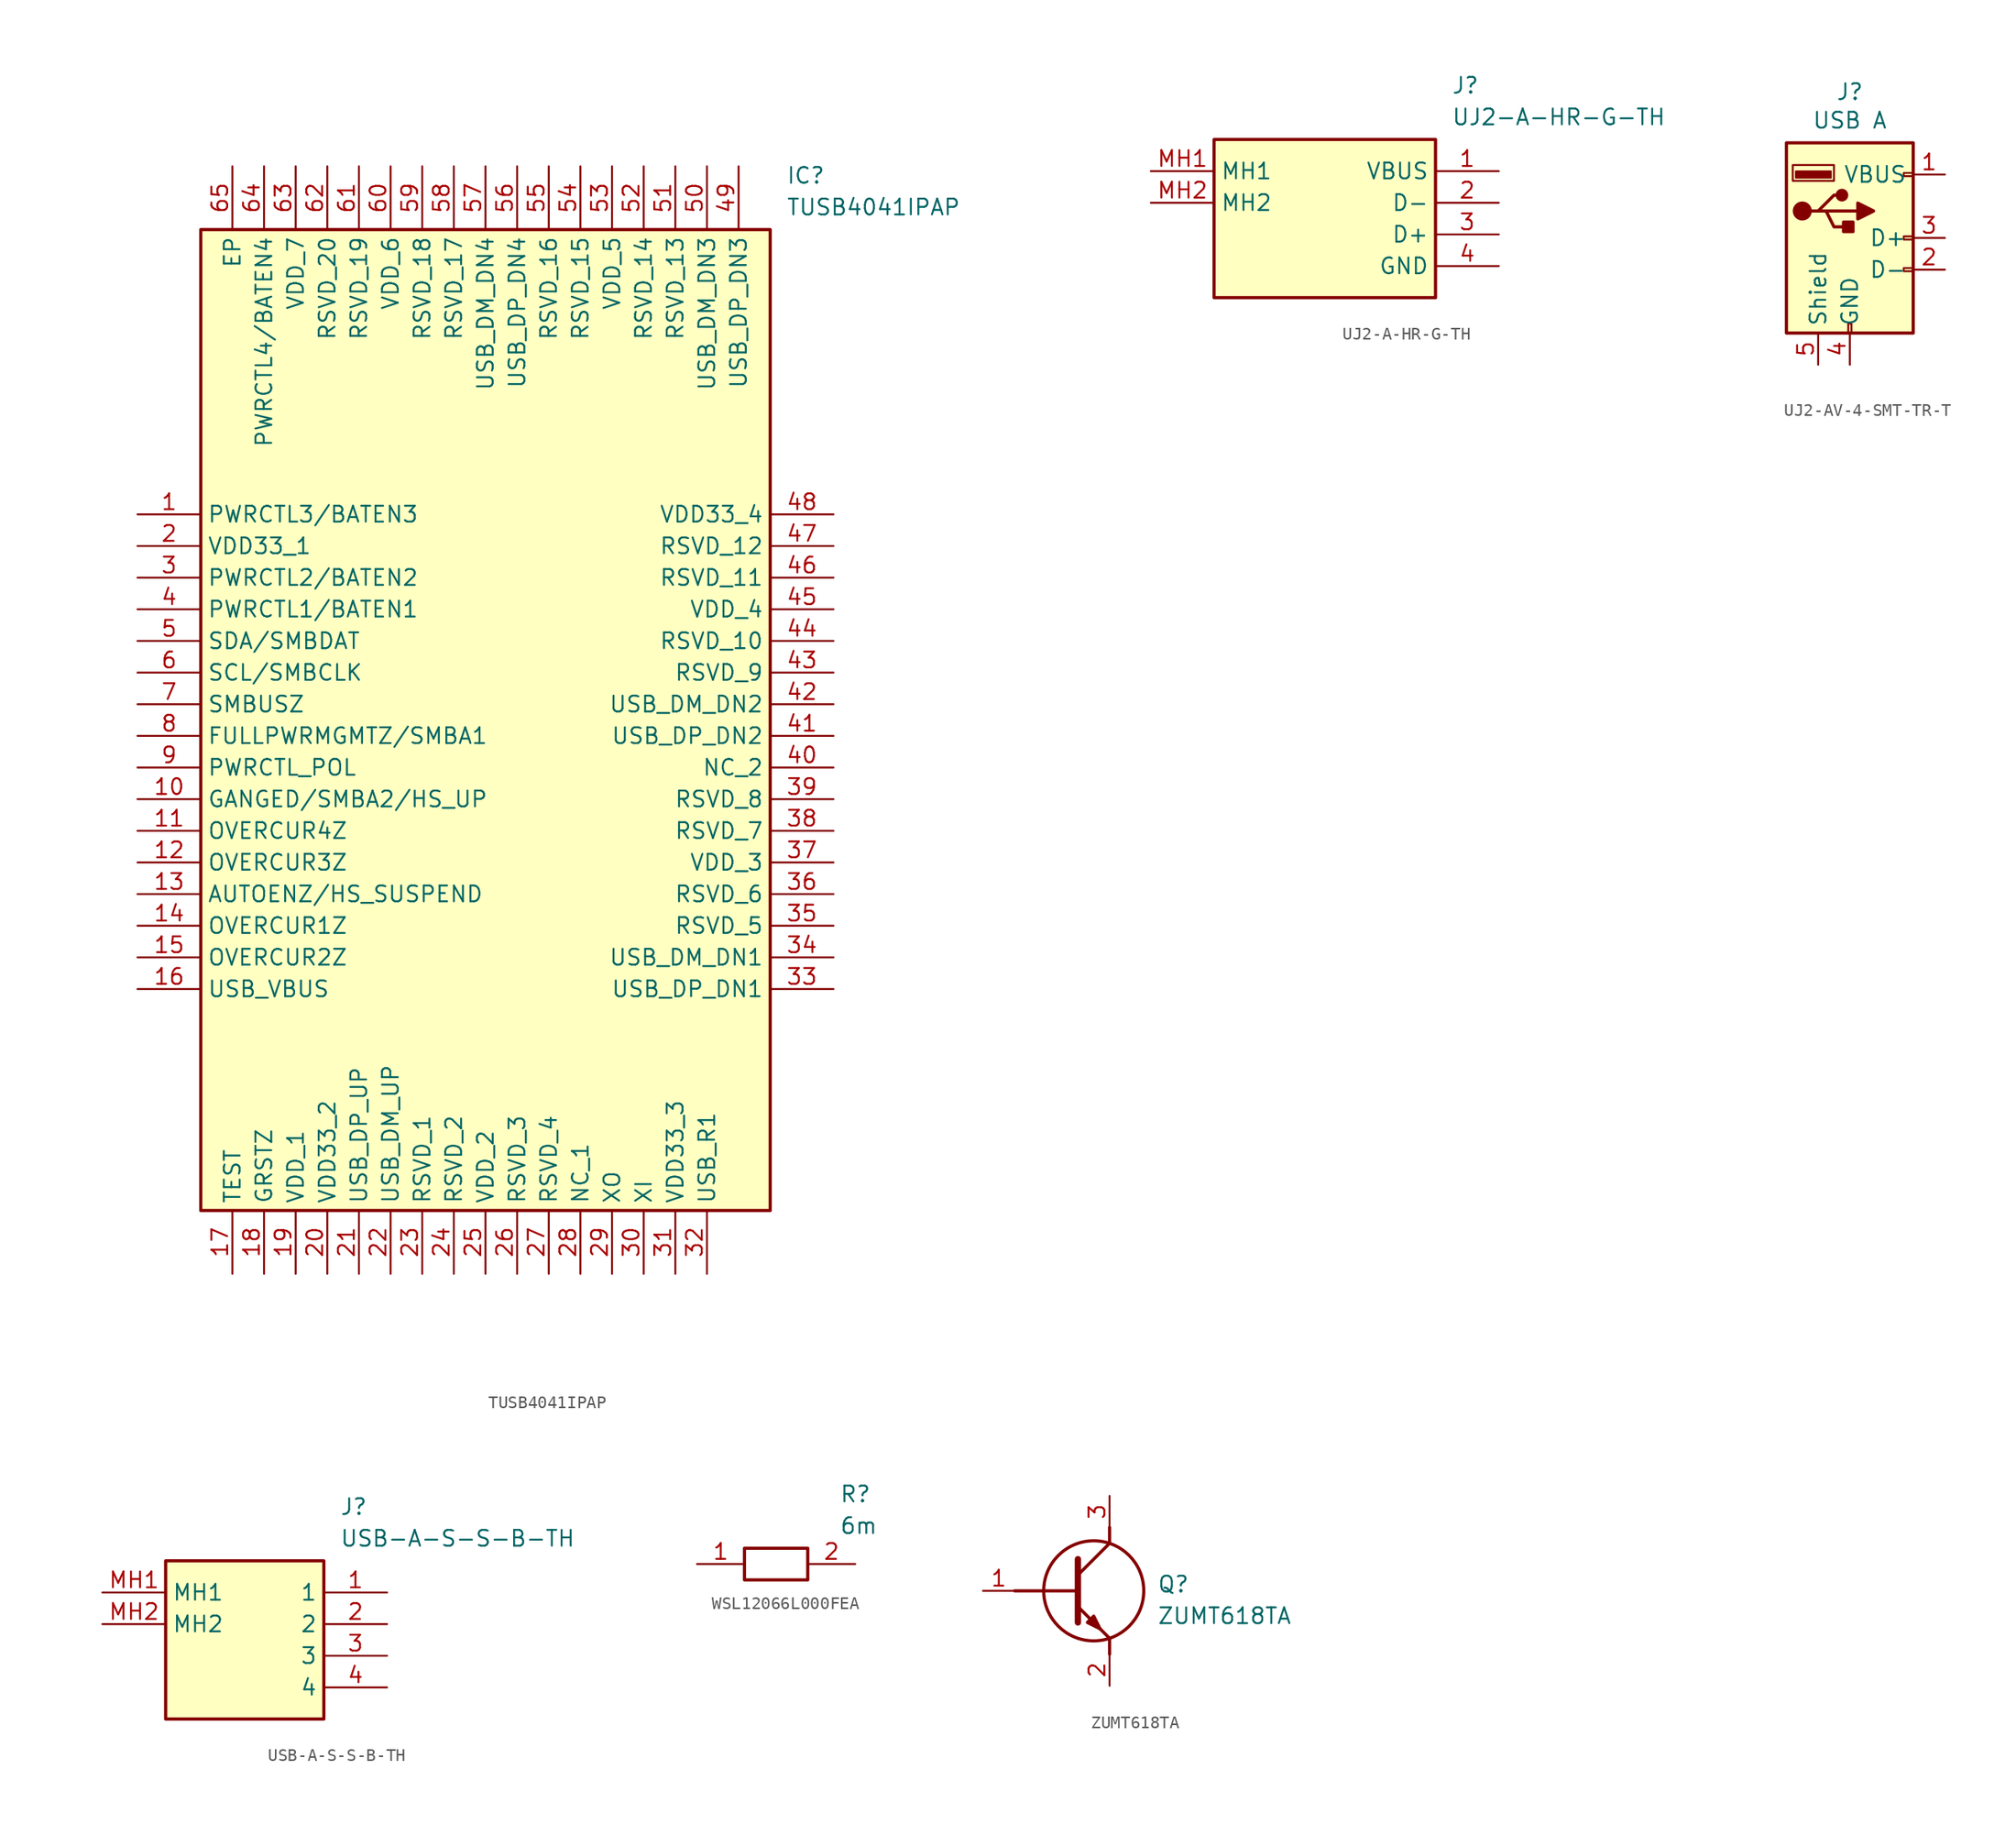
<source format=kicad_sym>
(kicad_symbol_lib
  (version 20231120)
  (generator "kicad_symbol_editor")
  (generator_version "8.0")
  (symbol "TUSB4041IPAP"
    (property "Reference" "IC"
      (at 52.07 27.94 0)
      (effects (font (size 1.27 1.27)) (justify left top)))
    (property "Value" "TUSB4041IPAP"
      (at 52.07 25.4 0)
      (effects (font (size 1.27 1.27)) (justify left top)))
    (symbol "TUSB4041IPAP_1_1"
      (rectangle (start 5.08 22.86) (end 50.8 -55.88) (stroke (width 0.254) (type default)) (fill (type background)))
      (pin passive line (at 0 0 0) (length 5.08) (name "PWRCTL3/BATEN3" (effects (font (size 1.27 1.27)))) (number "1" (effects (font (size 1.27 1.27)))))
      (pin passive line (at 0 -22.86 0) (length 5.08) (name "GANGED/SMBA2/HS_UP" (effects (font (size 1.27 1.27)))) (number "10" (effects (font (size 1.27 1.27)))))
      (pin passive line (at 0 -25.4 0) (length 5.08) (name "OVERCUR4Z" (effects (font (size 1.27 1.27)))) (number "11" (effects (font (size 1.27 1.27)))))
      (pin passive line (at 0 -27.94 0) (length 5.08) (name "OVERCUR3Z" (effects (font (size 1.27 1.27)))) (number "12" (effects (font (size 1.27 1.27)))))
      (pin passive line (at 0 -30.48 0) (length 5.08) (name "AUTOENZ/HS_SUSPEND" (effects (font (size 1.27 1.27)))) (number "13" (effects (font (size 1.27 1.27)))))
      (pin passive line (at 0 -33.02 0) (length 5.08) (name "OVERCUR1Z" (effects (font (size 1.27 1.27)))) (number "14" (effects (font (size 1.27 1.27)))))
      (pin passive line (at 0 -35.56 0) (length 5.08) (name "OVERCUR2Z" (effects (font (size 1.27 1.27)))) (number "15" (effects (font (size 1.27 1.27)))))
      (pin passive line (at 0 -38.1 0) (length 5.08) (name "USB_VBUS" (effects (font (size 1.27 1.27)))) (number "16" (effects (font (size 1.27 1.27)))))
      (pin passive line (at 7.62 -60.96 90) (length 5.08) (name "TEST" (effects (font (size 1.27 1.27)))) (number "17" (effects (font (size 1.27 1.27)))))
      (pin passive line (at 10.16 -60.96 90) (length 5.08) (name "GRSTZ" (effects (font (size 1.27 1.27)))) (number "18" (effects (font (size 1.27 1.27)))))
      (pin passive line (at 12.7 -60.96 90) (length 5.08) (name "VDD_1" (effects (font (size 1.27 1.27)))) (number "19" (effects (font (size 1.27 1.27)))))
      (pin passive line (at 0 -2.54 0) (length 5.08) (name "VDD33_1" (effects (font (size 1.27 1.27)))) (number "2" (effects (font (size 1.27 1.27)))))
      (pin passive line (at 15.24 -60.96 90) (length 5.08) (name "VDD33_2" (effects (font (size 1.27 1.27)))) (number "20" (effects (font (size 1.27 1.27)))))
      (pin passive line (at 17.78 -60.96 90) (length 5.08) (name "USB_DP_UP" (effects (font (size 1.27 1.27)))) (number "21" (effects (font (size 1.27 1.27)))))
      (pin passive line (at 20.32 -60.96 90) (length 5.08) (name "USB_DM_UP" (effects (font (size 1.27 1.27)))) (number "22" (effects (font (size 1.27 1.27)))))
      (pin passive line (at 22.86 -60.96 90) (length 5.08) (name "RSVD_1" (effects (font (size 1.27 1.27)))) (number "23" (effects (font (size 1.27 1.27)))))
      (pin passive line (at 25.4 -60.96 90) (length 5.08) (name "RSVD_2" (effects (font (size 1.27 1.27)))) (number "24" (effects (font (size 1.27 1.27)))))
      (pin passive line (at 27.94 -60.96 90) (length 5.08) (name "VDD_2" (effects (font (size 1.27 1.27)))) (number "25" (effects (font (size 1.27 1.27)))))
      (pin passive line (at 30.48 -60.96 90) (length 5.08) (name "RSVD_3" (effects (font (size 1.27 1.27)))) (number "26" (effects (font (size 1.27 1.27)))))
      (pin passive line (at 33.02 -60.96 90) (length 5.08) (name "RSVD_4" (effects (font (size 1.27 1.27)))) (number "27" (effects (font (size 1.27 1.27)))))
      (pin passive line (at 35.56 -60.96 90) (length 5.08) (name "NC_1" (effects (font (size 1.27 1.27)))) (number "28" (effects (font (size 1.27 1.27)))))
      (pin passive line (at 38.1 -60.96 90) (length 5.08) (name "XO" (effects (font (size 1.27 1.27)))) (number "29" (effects (font (size 1.27 1.27)))))
      (pin passive line (at 0 -5.08 0) (length 5.08) (name "PWRCTL2/BATEN2" (effects (font (size 1.27 1.27)))) (number "3" (effects (font (size 1.27 1.27)))))
      (pin passive line (at 40.64 -60.96 90) (length 5.08) (name "XI" (effects (font (size 1.27 1.27)))) (number "30" (effects (font (size 1.27 1.27)))))
      (pin passive line (at 43.18 -60.96 90) (length 5.08) (name "VDD33_3" (effects (font (size 1.27 1.27)))) (number "31" (effects (font (size 1.27 1.27)))))
      (pin passive line (at 45.72 -60.96 90) (length 5.08) (name "USB_R1" (effects (font (size 1.27 1.27)))) (number "32" (effects (font (size 1.27 1.27)))))
      (pin passive line (at 55.88 -38.1 180) (length 5.08) (name "USB_DP_DN1" (effects (font (size 1.27 1.27)))) (number "33" (effects (font (size 1.27 1.27)))))
      (pin passive line (at 55.88 -35.56 180) (length 5.08) (name "USB_DM_DN1" (effects (font (size 1.27 1.27)))) (number "34" (effects (font (size 1.27 1.27)))))
      (pin passive line (at 55.88 -33.02 180) (length 5.08) (name "RSVD_5" (effects (font (size 1.27 1.27)))) (number "35" (effects (font (size 1.27 1.27)))))
      (pin passive line (at 55.88 -30.48 180) (length 5.08) (name "RSVD_6" (effects (font (size 1.27 1.27)))) (number "36" (effects (font (size 1.27 1.27)))))
      (pin passive line (at 55.88 -27.94 180) (length 5.08) (name "VDD_3" (effects (font (size 1.27 1.27)))) (number "37" (effects (font (size 1.27 1.27)))))
      (pin passive line (at 55.88 -25.4 180) (length 5.08) (name "RSVD_7" (effects (font (size 1.27 1.27)))) (number "38" (effects (font (size 1.27 1.27)))))
      (pin passive line (at 55.88 -22.86 180) (length 5.08) (name "RSVD_8" (effects (font (size 1.27 1.27)))) (number "39" (effects (font (size 1.27 1.27)))))
      (pin passive line (at 0 -7.62 0) (length 5.08) (name "PWRCTL1/BATEN1" (effects (font (size 1.27 1.27)))) (number "4" (effects (font (size 1.27 1.27)))))
      (pin passive line (at 55.88 -20.32 180) (length 5.08) (name "NC_2" (effects (font (size 1.27 1.27)))) (number "40" (effects (font (size 1.27 1.27)))))
      (pin passive line (at 55.88 -17.78 180) (length 5.08) (name "USB_DP_DN2" (effects (font (size 1.27 1.27)))) (number "41" (effects (font (size 1.27 1.27)))))
      (pin passive line (at 55.88 -15.24 180) (length 5.08) (name "USB_DM_DN2" (effects (font (size 1.27 1.27)))) (number "42" (effects (font (size 1.27 1.27)))))
      (pin passive line (at 55.88 -12.7 180) (length 5.08) (name "RSVD_9" (effects (font (size 1.27 1.27)))) (number "43" (effects (font (size 1.27 1.27)))))
      (pin passive line (at 55.88 -10.16 180) (length 5.08) (name "RSVD_10" (effects (font (size 1.27 1.27)))) (number "44" (effects (font (size 1.27 1.27)))))
      (pin passive line (at 55.88 -7.62 180) (length 5.08) (name "VDD_4" (effects (font (size 1.27 1.27)))) (number "45" (effects (font (size 1.27 1.27)))))
      (pin passive line (at 55.88 -5.08 180) (length 5.08) (name "RSVD_11" (effects (font (size 1.27 1.27)))) (number "46" (effects (font (size 1.27 1.27)))))
      (pin passive line (at 55.88 -2.54 180) (length 5.08) (name "RSVD_12" (effects (font (size 1.27 1.27)))) (number "47" (effects (font (size 1.27 1.27)))))
      (pin passive line (at 55.88 0 180) (length 5.08) (name "VDD33_4" (effects (font (size 1.27 1.27)))) (number "48" (effects (font (size 1.27 1.27)))))
      (pin passive line (at 48.26 27.94 270) (length 5.08) (name "USB_DP_DN3" (effects (font (size 1.27 1.27)))) (number "49" (effects (font (size 1.27 1.27)))))
      (pin passive line (at 0 -10.16 0) (length 5.08) (name "SDA/SMBDAT" (effects (font (size 1.27 1.27)))) (number "5" (effects (font (size 1.27 1.27)))))
      (pin passive line (at 45.72 27.94 270) (length 5.08) (name "USB_DM_DN3" (effects (font (size 1.27 1.27)))) (number "50" (effects (font (size 1.27 1.27)))))
      (pin passive line (at 43.18 27.94 270) (length 5.08) (name "RSVD_13" (effects (font (size 1.27 1.27)))) (number "51" (effects (font (size 1.27 1.27)))))
      (pin passive line (at 40.64 27.94 270) (length 5.08) (name "RSVD_14" (effects (font (size 1.27 1.27)))) (number "52" (effects (font (size 1.27 1.27)))))
      (pin passive line (at 38.1 27.94 270) (length 5.08) (name "VDD_5" (effects (font (size 1.27 1.27)))) (number "53" (effects (font (size 1.27 1.27)))))
      (pin passive line (at 35.56 27.94 270) (length 5.08) (name "RSVD_15" (effects (font (size 1.27 1.27)))) (number "54" (effects (font (size 1.27 1.27)))))
      (pin passive line (at 33.02 27.94 270) (length 5.08) (name "RSVD_16" (effects (font (size 1.27 1.27)))) (number "55" (effects (font (size 1.27 1.27)))))
      (pin passive line (at 30.48 27.94 270) (length 5.08) (name "USB_DP_DN4" (effects (font (size 1.27 1.27)))) (number "56" (effects (font (size 1.27 1.27)))))
      (pin passive line (at 27.94 27.94 270) (length 5.08) (name "USB_DM_DN4" (effects (font (size 1.27 1.27)))) (number "57" (effects (font (size 1.27 1.27)))))
      (pin passive line (at 25.4 27.94 270) (length 5.08) (name "RSVD_17" (effects (font (size 1.27 1.27)))) (number "58" (effects (font (size 1.27 1.27)))))
      (pin passive line (at 22.86 27.94 270) (length 5.08) (name "RSVD_18" (effects (font (size 1.27 1.27)))) (number "59" (effects (font (size 1.27 1.27)))))
      (pin passive line (at 0 -12.7 0) (length 5.08) (name "SCL/SMBCLK" (effects (font (size 1.27 1.27)))) (number "6" (effects (font (size 1.27 1.27)))))
      (pin passive line (at 20.32 27.94 270) (length 5.08) (name "VDD_6" (effects (font (size 1.27 1.27)))) (number "60" (effects (font (size 1.27 1.27)))))
      (pin passive line (at 17.78 27.94 270) (length 5.08) (name "RSVD_19" (effects (font (size 1.27 1.27)))) (number "61" (effects (font (size 1.27 1.27)))))
      (pin passive line (at 15.24 27.94 270) (length 5.08) (name "RSVD_20" (effects (font (size 1.27 1.27)))) (number "62" (effects (font (size 1.27 1.27)))))
      (pin passive line (at 12.7 27.94 270) (length 5.08) (name "VDD_7" (effects (font (size 1.27 1.27)))) (number "63" (effects (font (size 1.27 1.27)))))
      (pin passive line (at 10.16 27.94 270) (length 5.08) (name "PWRCTL4/BATEN4" (effects (font (size 1.27 1.27)))) (number "64" (effects (font (size 1.27 1.27)))))
      (pin passive line (at 7.62 27.94 270) (length 5.08) (name "EP" (effects (font (size 1.27 1.27)))) (number "65" (effects (font (size 1.27 1.27)))))
      (pin passive line (at 0 -15.24 0) (length 5.08) (name "SMBUSZ" (effects (font (size 1.27 1.27)))) (number "7" (effects (font (size 1.27 1.27)))))
      (pin passive line (at 0 -17.78 0) (length 5.08) (name "FULLPWRMGMTZ/SMBA1" (effects (font (size 1.27 1.27)))) (number "8" (effects (font (size 1.27 1.27)))))
      (pin passive line (at 0 -20.32 0) (length 5.08) (name "PWRCTL_POL" (effects (font (size 1.27 1.27)))) (number "9" (effects (font (size 1.27 1.27)))))))
  (symbol "UJ2-A-HR-G-TH"
    (property "Reference" "J"
      (at 24.13 7.62 0)
      (effects (font (size 1.27 1.27)) (justify left top)))
    (property "Value" "UJ2-A-HR-G-TH"
      (at 24.13 5.08 0)
      (effects (font (size 1.27 1.27)) (justify left top)))
    (rectangle
      (start 5.08 2.54)
      (end 22.86 -10.16)
      (stroke (width 0.254) (type default))
      (fill (type background)))
    (pin passive line
      (at 27.94 0 180)
      (length 5.08)
      (name "VBUS" (effects (font (size 1.27 1.27))))
      (number "1" (effects (font (size 1.27 1.27)))))
    (pin passive line
      (at 27.94 -2.54 180)
      (length 5.08)
      (name "D-" (effects (font (size 1.27 1.27))))
      (number "2" (effects (font (size 1.27 1.27)))))
    (pin passive line
      (at 27.94 -5.08 180)
      (length 5.08)
      (name "D+" (effects (font (size 1.27 1.27))))
      (number "3" (effects (font (size 1.27 1.27)))))
    (pin passive line
      (at 27.94 -7.62 180)
      (length 5.08)
      (name "GND" (effects (font (size 1.27 1.27))))
      (number "4" (effects (font (size 1.27 1.27)))))
    (pin passive line
      (at 0 0 0)
      (length 5.08)
      (name "MH1" (effects (font (size 1.27 1.27))))
      (number "MH1" (effects (font (size 1.27 1.27)))))
    (pin passive line
      (at 0 -2.54 0)
      (length 5.08)
      (name "MH2" (effects (font (size 1.27 1.27))))
      (number "MH2" (effects (font (size 1.27 1.27))))))
  (symbol "UJ2-AV-4-SMT-TR-T"
    (property "Reference" "J"
      (at 5.08 4.826 0)
      (effects (font (size 1.27 1.27)) (justify top)))
    (property "Value" "USB A"
      (at 5.08 2.54 0)
      (effects (font (size 1.27 1.27)) (justify top)))
    (symbol "UJ2-AV-4-SMT-TR-T_0_1"
      (rectangle (start 0 -15.24) (end 10.16 0) (stroke (width 0.254) (type default)) (fill (type background)))
      (polyline (pts (xy 1.905 -5.461) (xy 2.54 -5.461) (xy 3.81 -4.191) (xy 4.445 -4.191)) (stroke (width 0.254) (type default)) (fill (type none)))
      (polyline (pts (xy 2.54 -5.461) (xy 3.175 -5.461) (xy 3.81 -6.731) (xy 5.08 -6.731)) (stroke (width 0.254) (type default)) (fill (type none)))
      (polyline (pts (xy 5.715 -4.826) (xy 5.715 -6.096) (xy 6.985 -5.461) (xy 5.715 -4.826)) (stroke (width 0.254) (type default)) (fill (type outline)))
      (circle (center 1.27 -5.461) (radius 0.635) (stroke (width 0.254) (type default)) (fill (type outline)))
      (rectangle (start 3.556 -2.794) (end 0.762 -2.286) (stroke (width 0) (type default)) (fill (type outline)))
      (rectangle (start 3.81 -3.048) (end 0.508 -1.778) (stroke (width 0) (type default)) (fill (type none)))
      (circle (center 4.445 -4.191) (radius 0.381) (stroke (width 0.254) (type default)) (fill (type outline)))
      (rectangle (start 4.953 -15.24) (end 5.207 -14.478) (stroke (width 0) (type default)) (fill (type none)))
      (rectangle (start 5.334 -6.35) (end 4.572 -7.112) (stroke (width 0.254) (type default)) (fill (type outline)))
      (rectangle (start 10.16 -10.287) (end 9.398 -10.033) (stroke (width 0) (type default)) (fill (type none)))
      (rectangle (start 10.16 -7.747) (end 9.398 -7.493) (stroke (width 0) (type default)) (fill (type none)))
      (rectangle (start 10.16 -2.667) (end 9.398 -2.413) (stroke (width 0) (type default)) (fill (type none))))
    (symbol "UJ2-AV-4-SMT-TR-T_1_1"
      (polyline (pts (xy 3.175 -5.461) (xy 5.715 -5.461)) (stroke (width 0.254) (type default)) (fill (type none)))
      (pin power_in line (at 12.7 -2.54 180) (length 2.54) (name "VBUS" (effects (font (size 1.27 1.27)))) (number "1" (effects (font (size 1.27 1.27)))))
      (pin bidirectional line (at 12.7 -10.16 180) (length 2.54) (name "D-" (effects (font (size 1.27 1.27)))) (number "2" (effects (font (size 1.27 1.27)))))
      (pin bidirectional line (at 12.7 -7.62 180) (length 2.54) (name "D+" (effects (font (size 1.27 1.27)))) (number "3" (effects (font (size 1.27 1.27)))))
      (pin power_in line (at 5.08 -17.78 90) (length 2.54) (name "GND" (effects (font (size 1.27 1.27)))) (number "4" (effects (font (size 1.27 1.27)))))
      (pin passive line (at 2.54 -17.78 90) (length 2.54) (name "Shield" (effects (font (size 1.27 1.27)))) (number "5" (effects (font (size 1.27 1.27)))))))
  (symbol "USB-A-S-S-B-TH"
    (property "Reference" "J"
      (at 19.05 7.62 0)
      (effects (font (size 1.27 1.27)) (justify left top)))
    (property "Value" "USB-A-S-S-B-TH"
      (at 19.05 5.08 0)
      (effects (font (size 1.27 1.27)) (justify left top)))
    (symbol "USB-A-S-S-B-TH_1_1"
      (rectangle (start 5.08 2.54) (end 17.78 -10.16) (stroke (width 0.254) (type default)) (fill (type background)))
      (pin passive line (at 22.86 0 180) (length 5.08) (name "1" (effects (font (size 1.27 1.27)))) (number "1" (effects (font (size 1.27 1.27)))))
      (pin passive line (at 22.86 -2.54 180) (length 5.08) (name "2" (effects (font (size 1.27 1.27)))) (number "2" (effects (font (size 1.27 1.27)))))
      (pin passive line (at 22.86 -5.08 180) (length 5.08) (name "3" (effects (font (size 1.27 1.27)))) (number "3" (effects (font (size 1.27 1.27)))))
      (pin passive line (at 22.86 -7.62 180) (length 5.08) (name "4" (effects (font (size 1.27 1.27)))) (number "4" (effects (font (size 1.27 1.27)))))
      (pin passive line (at 0 0 0) (length 5.08) (name "MH1" (effects (font (size 1.27 1.27)))) (number "MH1" (effects (font (size 1.27 1.27)))))
      (pin passive line (at 0 -2.54 0) (length 5.08) (name "MH2" (effects (font (size 1.27 1.27)))) (number "MH2" (effects (font (size 1.27 1.27)))))))
  (symbol "WSL12066L000FEA"
    (pin_names hide)
    (property "Reference" "R"
      (at 13.97 6.35 0)
      (effects (font (size 1.27 1.27)) (justify left top)))
    (property "Value" "6m"
      (at 13.97 3.81 0)
      (effects (font (size 1.27 1.27)) (justify left top)))
    (symbol "WSL12066L000FEA_1_1"
      (rectangle (start 6.35 1.27) (end 11.43 -1.27) (stroke (width 0.254) (type default)) (fill (type none)))
      (pin passive line (at 2.54 0 0) (length 3.81) (name "1" (effects (font (size 1.27 1.27)))) (number "1" (effects (font (size 1.27 1.27)))))
      (pin passive line (at 15.24 0 180) (length 3.81) (name "2" (effects (font (size 1.27 1.27)))) (number "2" (effects (font (size 1.27 1.27)))))))
  (symbol "ZUMT618TA"
    (pin_names hide)
    (property "Reference" "Q"
      (at 13.97 1.27 0)
      (effects (font (size 1.27 1.27)) (justify left top)))
    (property "Value" "ZUMT618TA"
      (at 13.97 -1.27 0)
      (effects (font (size 1.27 1.27)) (justify left top)))
    (symbol "ZUMT618TA_1_1"
      (polyline (pts (xy 2.54 0) (xy 7.62 0)) (stroke (width 0.254) (type default)) (fill (type none)))
      (polyline (pts (xy 7.62 -1.27) (xy 10.16 -3.81)) (stroke (width 0.254) (type default)) (fill (type none)))
      (polyline (pts (xy 7.62 1.27) (xy 10.16 3.81)) (stroke (width 0.254) (type default)) (fill (type none)))
      (polyline (pts (xy 7.62 2.54) (xy 7.62 -2.54)) (stroke (width 0.508) (type default)) (fill (type none)))
      (polyline (pts (xy 10.16 -3.81) (xy 10.16 -5.08)) (stroke (width 0.254) (type default)) (fill (type none)))
      (polyline (pts (xy 10.16 3.81) (xy 10.16 5.08)) (stroke (width 0.254) (type default)) (fill (type none)))
      (polyline (pts (xy 8.382 -2.54) (xy 8.89 -2.032) (xy 9.398 -3.048) (xy 8.382 -2.54)) (stroke (width 0.254) (type default)) (fill (type outline)))
      (circle (center 8.89 0) (radius 4.016) (stroke (width 0.254) (type default)) (fill (type none)))
      (pin passive line (at 0 0 0) (length 2.54) (name "B" (effects (font (size 1.27 1.27)))) (number "1" (effects (font (size 1.27 1.27)))))
      (pin passive line (at 10.16 -7.62 90) (length 2.54) (name "E" (effects (font (size 1.27 1.27)))) (number "2" (effects (font (size 1.27 1.27)))))
      (pin passive line (at 10.16 7.62 270) (length 2.54) (name "C" (effects (font (size 1.27 1.27)))) (number "3" (effects (font (size 1.27 1.27))))))))
</source>
